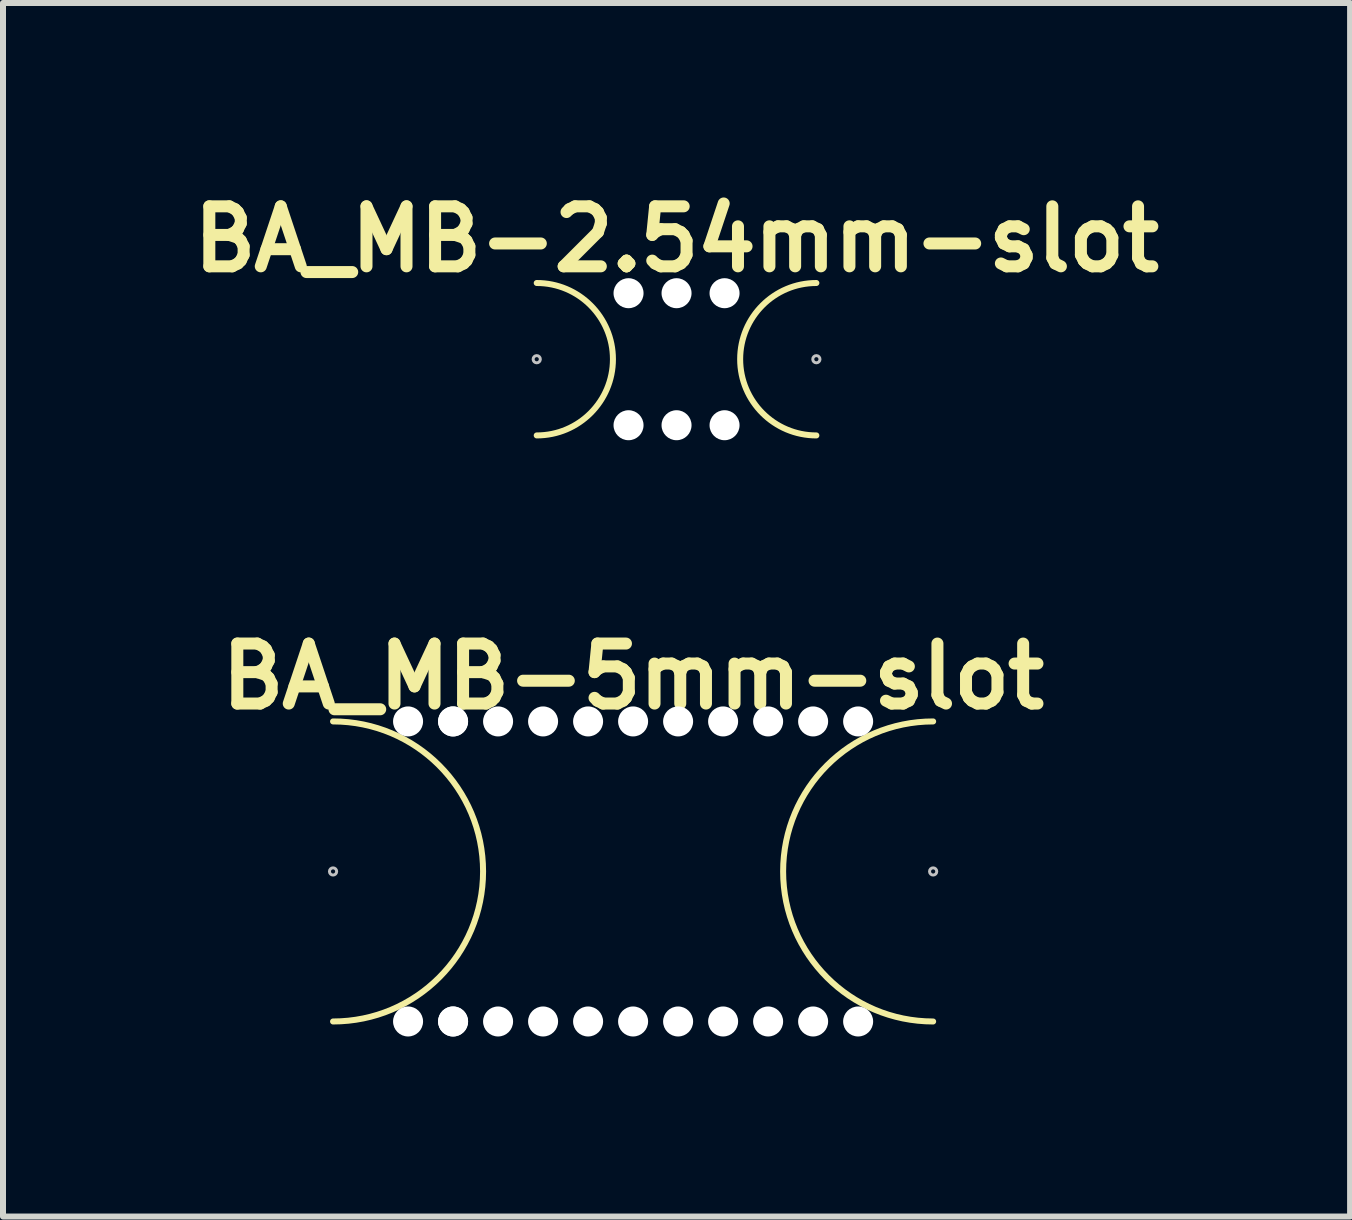
<source format=kicad_pcb>
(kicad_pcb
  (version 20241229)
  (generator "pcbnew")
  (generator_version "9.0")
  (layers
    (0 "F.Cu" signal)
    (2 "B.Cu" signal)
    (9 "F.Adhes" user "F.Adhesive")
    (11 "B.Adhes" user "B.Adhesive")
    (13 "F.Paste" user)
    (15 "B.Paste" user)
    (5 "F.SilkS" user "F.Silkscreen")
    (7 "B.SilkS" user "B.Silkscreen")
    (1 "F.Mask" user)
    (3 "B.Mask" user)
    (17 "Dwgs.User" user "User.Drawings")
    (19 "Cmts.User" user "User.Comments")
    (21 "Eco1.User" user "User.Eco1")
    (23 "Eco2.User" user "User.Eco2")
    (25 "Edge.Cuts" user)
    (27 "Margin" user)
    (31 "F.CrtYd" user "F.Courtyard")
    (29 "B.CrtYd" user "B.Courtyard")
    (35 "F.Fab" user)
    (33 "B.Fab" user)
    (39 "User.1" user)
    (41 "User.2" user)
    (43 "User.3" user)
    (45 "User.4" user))
  (footprint "BA_MB-2.54mm-slot"
    (layer "F.Cu")
    (at 8.224 2.936)
    (property "Reference" "BA_MB-2.54mm-slot" (at 0 -2 0) (layer "F.SilkS") (effects (font (size 1 1) (thickness 0.2))))
    (attr through_hole)
    (fp_arc (start -2.33 -1.27) (mid -1.06 0) (end -2.33 1.27) (stroke (width 0.1) (type solid)) (layer "F.SilkS"))
    (fp_arc (start 2.33 1.27) (mid 1.06 0) (end 2.33 -1.27) (stroke (width 0.1) (type solid)) (layer "F.SilkS"))
    (fp_circle (center -2.33 0) (end -2.27 0) (stroke (width 0.05) (type solid)) (fill no) (layer "Dwgs.User"))
    (fp_circle (center 2.33 0) (end 2.33 -0.06) (stroke (width 0.05) (type solid)) (fill no) (layer "Dwgs.User"))
    (fp_line (start -2.33 0) (end -2.33 0) (stroke (width 2.54) (type solid)) (layer "Eco1.User"))
    (fp_line (start 2.33 0) (end 2.33 0) (stroke (width 2.54) (type solid)) (layer "Eco1.User"))
    (pad "" np_thru_hole circle (at -0.8 -1.1) (size 0.5 0.5) (drill 0.5) (layers "*.Cu" "*.Mask"))
    (pad "" np_thru_hole circle (at -0.8 1.1) (size 0.5 0.5) (drill 0.5) (layers "*.Cu" "*.Mask"))
    (pad "" np_thru_hole circle (at 0 -1.1) (size 0.5 0.5) (drill 0.5) (layers "*.Cu" "*.Mask"))
    (pad "" np_thru_hole circle (at 0 1.1) (size 0.5 0.5) (drill 0.5) (layers "*.Cu" "*.Mask"))
    (pad "" np_thru_hole circle (at 0.8 -1.1) (size 0.5 0.5) (drill 0.5) (layers "*.Cu" "*.Mask"))
    (pad "" np_thru_hole circle (at 0.8 1.1) (size 0.5 0.5) (drill 0.5) (layers "*.Cu" "*.Mask")))
  (footprint "BA_MB-5mm-slot"
    (layer "F.Cu")
    (at 7.5 11.472)
    (property "Reference" "BA_MB-5mm-slot" (at 0 -3.25 0) (layer "F.SilkS") (effects (font (size 1 1) (thickness 0.2))))
    (attr through_hole)
    (fp_arc (start -5 -2.5) (mid -2.5 0) (end -5 2.5) (stroke (width 0.1) (type solid)) (layer "F.SilkS"))
    (fp_arc (start 5 2.5) (mid 2.5 0) (end 5 -2.5) (stroke (width 0.1) (type solid)) (layer "F.SilkS"))
    (fp_circle (center -5 0) (end -4.94 0) (stroke (width 0.05) (type solid)) (fill no) (layer "Dwgs.User"))
    (fp_circle (center 5 0) (end 5.06 0) (stroke (width 0.05) (type solid)) (fill no) (layer "Dwgs.User"))
    (fp_line (start -5 0) (end -5 0) (stroke (width 5) (type solid)) (layer "Eco1.User"))
    (fp_line (start 5 0) (end 5 0) (stroke (width 5) (type solid)) (layer "Eco1.User"))
    (pad "" np_thru_hole circle (at -3.75 -2.5) (size 0.5 0.5) (drill 0.5) (layers "*.Cu" "*.Mask"))
    (pad "" np_thru_hole circle (at -3.75 2.5) (size 0.5 0.5) (drill 0.5) (layers "*.Cu" "*.Mask"))
    (pad "" np_thru_hole circle (at -3 -2.5) (size 0.5 0.5) (drill 0.5) (layers "*.Cu" "*.Mask"))
    (pad "" np_thru_hole circle (at -3 -2.5) (size 0.5 0.5) (drill 0.5) (layers "*.Cu" "*.Mask"))
    (pad "" np_thru_hole circle (at -3 2.5) (size 0.5 0.5) (drill 0.5) (layers "*.Cu" "*.Mask"))
    (pad "" np_thru_hole circle (at -3 2.5) (size 0.5 0.5) (drill 0.5) (layers "*.Cu" "*.Mask"))
    (pad "" np_thru_hole circle (at -2.25 -2.5) (size 0.5 0.5) (drill 0.5) (layers "*.Cu" "*.Mask"))
    (pad "" np_thru_hole circle (at -2.25 2.5) (size 0.5 0.5) (drill 0.5) (layers "*.Cu" "*.Mask"))
    (pad "" np_thru_hole circle (at -1.5 -2.5) (size 0.5 0.5) (drill 0.5) (layers "*.Cu" "*.Mask"))
    (pad "" np_thru_hole circle (at -1.5 2.5) (size 0.5 0.5) (drill 0.5) (layers "*.Cu" "*.Mask"))
    (pad "" np_thru_hole circle (at -0.75 -2.5) (size 0.5 0.5) (drill 0.5) (layers "*.Cu" "*.Mask"))
    (pad "" np_thru_hole circle (at -0.75 2.5) (size 0.5 0.5) (drill 0.5) (layers "*.Cu" "*.Mask"))
    (pad "" np_thru_hole circle (at 0 -2.5) (size 0.5 0.5) (drill 0.5) (layers "*.Cu" "*.Mask"))
    (pad "" np_thru_hole circle (at 0 2.5) (size 0.5 0.5) (drill 0.5) (layers "*.Cu" "*.Mask"))
    (pad "" np_thru_hole circle (at 0.75 -2.5) (size 0.5 0.5) (drill 0.5) (layers "*.Cu" "*.Mask"))
    (pad "" np_thru_hole circle (at 0.75 2.5) (size 0.5 0.5) (drill 0.5) (layers "*.Cu" "*.Mask"))
    (pad "" np_thru_hole circle (at 1.5 -2.5) (size 0.5 0.5) (drill 0.5) (layers "*.Cu" "*.Mask"))
    (pad "" np_thru_hole circle (at 1.5 2.5) (size 0.5 0.5) (drill 0.5) (layers "*.Cu" "*.Mask"))
    (pad "" np_thru_hole circle (at 2.25 -2.5) (size 0.5 0.5) (drill 0.5) (layers "*.Cu" "*.Mask"))
    (pad "" np_thru_hole circle (at 2.25 2.5) (size 0.5 0.5) (drill 0.5) (layers "*.Cu" "*.Mask"))
    (pad "" np_thru_hole circle (at 3 -2.5) (size 0.5 0.5) (drill 0.5) (layers "*.Cu" "*.Mask"))
    (pad "" np_thru_hole circle (at 3 2.5) (size 0.5 0.5) (drill 0.5) (layers "*.Cu" "*.Mask"))
    (pad "" np_thru_hole circle (at 3.75 -2.5) (size 0.5 0.5) (drill 0.5) (layers "*.Cu" "*.Mask"))
    (pad "" np_thru_hole circle (at 3.75 2.5) (size 0.5 0.5) (drill 0.5) (layers "*.Cu" "*.Mask")))
  (gr_rect
    (start -3 -3)
    (end 19.448 17.222)
    (stroke (width 0.1) (type default))
    (fill no)
    (layer "Edge.Cuts")))
</source>
